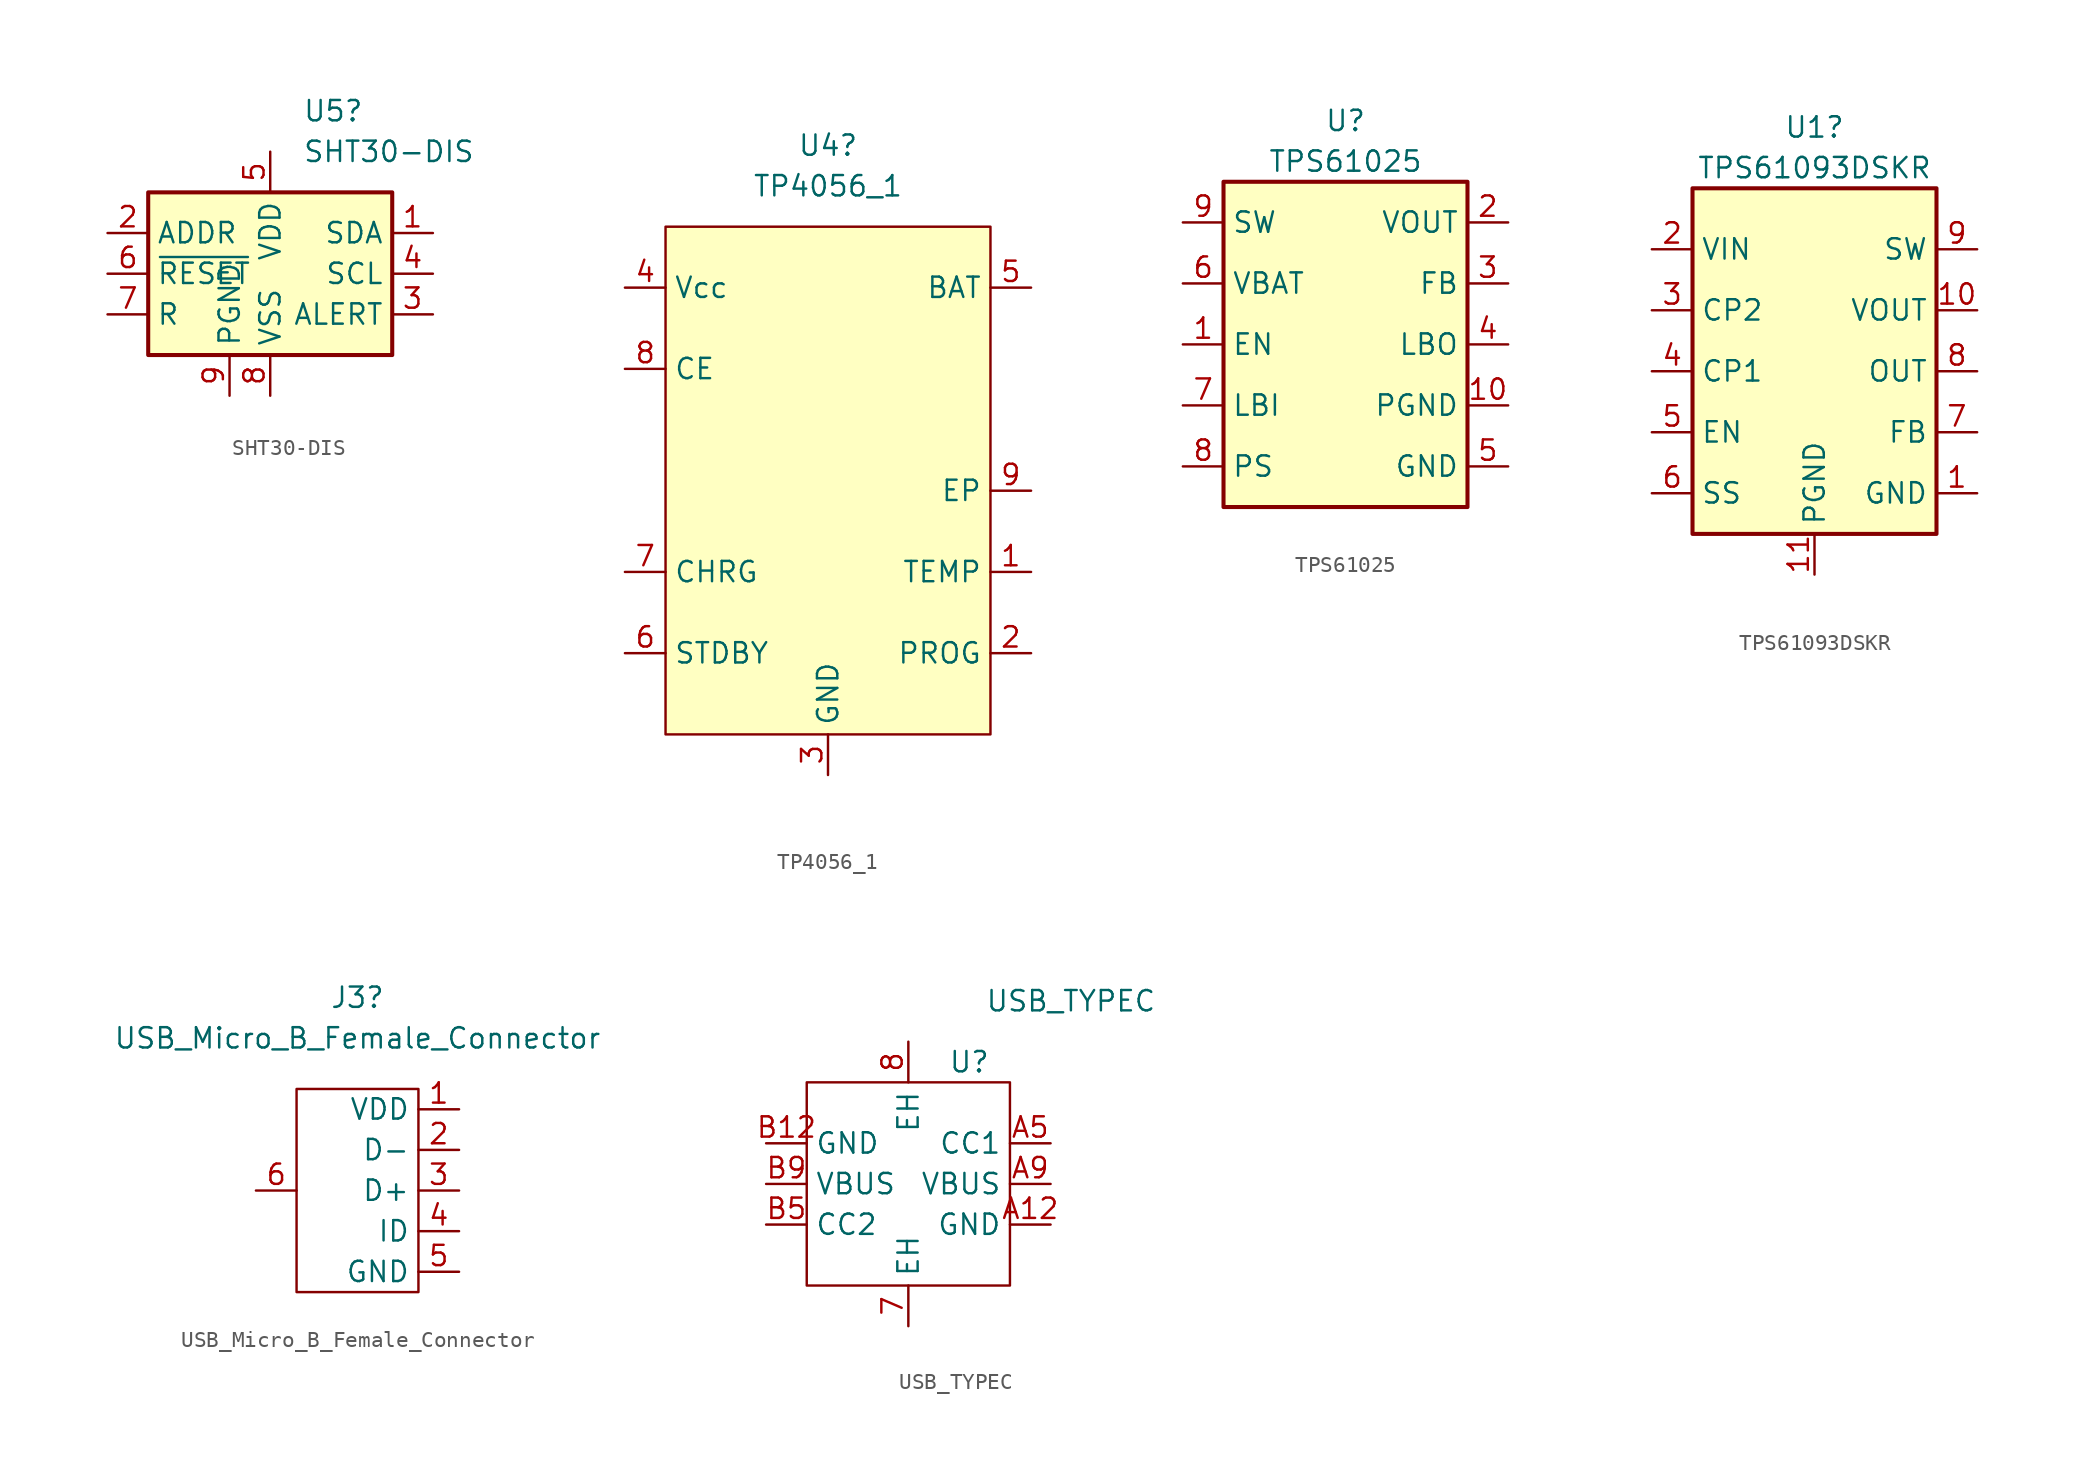
<source format=kicad_sym>
(kicad_symbol_lib
  (version 20220914)
  (generator kicad_symbol_editor)
  (symbol "SHT30-DIS"
    (property "Reference" "U5"
      (at 2.019 10.16 0)
      (effects (font (size 1.27 1.27)) (justify left)))
    (property "Value" "SHT30-DIS"
      (at 2.019 7.62 0)
      (effects (font (size 1.27 1.27)) (justify left)))
    (symbol "SHT30-DIS_0_1"
      (rectangle (start -7.62 5.08) (end 7.62 -5.08) (stroke (width 0.254) (type default)) (fill (type background))))
    (symbol "SHT30-DIS_1_1"
      (pin bidirectional line (at 10.16 2.54 180) (length 2.54) (name "SDA" (effects (font (size 1.27 1.27)))) (number "1" (effects (font (size 1.27 1.27)))))
      (pin input line (at -10.16 2.54 0) (length 2.54) (name "ADDR" (effects (font (size 1.27 1.27)))) (number "2" (effects (font (size 1.27 1.27)))))
      (pin output line (at 10.16 -2.54 180) (length 2.54) (name "ALERT" (effects (font (size 1.27 1.27)))) (number "3" (effects (font (size 1.27 1.27)))))
      (pin input line (at 10.16 0 180) (length 2.54) (name "SCL" (effects (font (size 1.27 1.27)))) (number "4" (effects (font (size 1.27 1.27)))))
      (pin power_in line (at 0 7.62 270) (length 2.54) (name "VDD" (effects (font (size 1.27 1.27)))) (number "5" (effects (font (size 1.27 1.27)))))
      (pin input line (at -10.16 0 0) (length 2.54) (name "~{RESET}" (effects (font (size 1.27 1.27)))) (number "6" (effects (font (size 1.27 1.27)))))
      (pin passive line (at -10.16 -2.54 0) (length 2.54) (name "R" (effects (font (size 1.27 1.27)))) (number "7" (effects (font (size 1.27 1.27)))))
      (pin power_in line (at 0 -7.62 90) (length 2.54) (name "VSS" (effects (font (size 1.27 1.27)))) (number "8" (effects (font (size 1.27 1.27)))))
      (pin passive line (at -2.54 -7.62 90) (length 2.54) (name "PGND" (effects (font (size 1.27 1.27)))) (number "9" (effects (font (size 1.27 1.27)))))))
  (symbol "TP4056_1"
    (property "Reference" "U4"
      (at 0 11.43 0)
      (effects (font (size 1.27 1.27))))
    (property "Value" "TP4056_1"
      (at 0 8.89 0)
      (effects (font (size 1.27 1.27))))
    (symbol "TP4056_1_0_1"
      (rectangle (start -10.16 6.35) (end 10.16 -25.4) (stroke (width 0) (type default)) (fill (type background))))
    (symbol "TP4056_1_1_1"
      (pin input line (at 12.7 -15.24 180) (length 2.54) (name "TEMP" (effects (font (size 1.27 1.27)))) (number "1" (effects (font (size 1.27 1.27)))))
      (pin input line (at 12.7 -20.32 180) (length 2.54) (name "PROG" (effects (font (size 1.27 1.27)))) (number "2" (effects (font (size 1.27 1.27)))))
      (pin input line (at 0 -27.94 90) (length 2.54) (name "GND" (effects (font (size 1.27 1.27)))) (number "3" (effects (font (size 1.27 1.27)))))
      (pin input line (at -12.7 2.54 0) (length 2.54) (name "Vcc" (effects (font (size 1.27 1.27)))) (number "4" (effects (font (size 1.27 1.27)))))
      (pin input line (at 12.7 2.54 180) (length 2.54) (name "BAT" (effects (font (size 1.27 1.27)))) (number "5" (effects (font (size 1.27 1.27)))))
      (pin input line (at -12.7 -20.32 0) (length 2.54) (name "STDBY" (effects (font (size 1.27 1.27)))) (number "6" (effects (font (size 1.27 1.27)))))
      (pin input line (at -12.7 -15.24 0) (length 2.54) (name "CHRG" (effects (font (size 1.27 1.27)))) (number "7" (effects (font (size 1.27 1.27)))))
      (pin input line (at -12.7 -2.54 0) (length 2.54) (name "CE" (effects (font (size 1.27 1.27)))) (number "8" (effects (font (size 1.27 1.27)))))
      (pin input line (at 12.7 -10.16 180) (length 2.54) (name "EP" (effects (font (size 1.27 1.27)))) (number "9" (effects (font (size 1.27 1.27)))))))
  (symbol "TPS61025"
    (property "Reference" "U"
      (at 0 13.97 0)
      (effects (font (size 1.27 1.27))))
    (property "Value" "TPS61025"
      (at 0 11.43 0)
      (effects (font (size 1.27 1.27))))
    (symbol "TPS61025_0_1"
      (rectangle (start -7.62 10.16) (end 7.62 -10.16) (stroke (width 0.254) (type default)) (fill (type background))))
    (symbol "TPS61025_1_1"
      (pin input line (at -10.16 0 0) (length 2.54) (name "EN" (effects (font (size 1.27 1.27)))) (number "1" (effects (font (size 1.27 1.27)))))
      (pin passive line (at 10.16 -3.81 180) (length 2.54) (name "PGND" (effects (font (size 1.27 1.27)))) (number "10" (effects (font (size 1.27 1.27)))))
      (pin power_out line (at 10.16 7.62 180) (length 2.54) (name "VOUT" (effects (font (size 1.27 1.27)))) (number "2" (effects (font (size 1.27 1.27)))))
      (pin input line (at 10.16 3.81 180) (length 2.54) (name "FB" (effects (font (size 1.27 1.27)))) (number "3" (effects (font (size 1.27 1.27)))))
      (pin output line (at 10.16 0 180) (length 2.54) (name "LBO" (effects (font (size 1.27 1.27)))) (number "4" (effects (font (size 1.27 1.27)))))
      (pin power_in line (at 10.16 -7.62 180) (length 2.54) (name "GND" (effects (font (size 1.27 1.27)))) (number "5" (effects (font (size 1.27 1.27)))))
      (pin power_in line (at -10.16 3.81 0) (length 2.54) (name "VBAT" (effects (font (size 1.27 1.27)))) (number "6" (effects (font (size 1.27 1.27)))))
      (pin input line (at -10.16 -3.81 0) (length 2.54) (name "LBI" (effects (font (size 1.27 1.27)))) (number "7" (effects (font (size 1.27 1.27)))))
      (pin passive line (at -10.16 -7.62 0) (length 2.54) (name "PS" (effects (font (size 1.27 1.27)))) (number "8" (effects (font (size 1.27 1.27)))))
      (pin power_in line (at -10.16 7.62 0) (length 2.54) (name "SW" (effects (font (size 1.27 1.27)))) (number "9" (effects (font (size 1.27 1.27)))))))
  (symbol "TPS61093DSKR"
    (property "Reference" "U1"
      (at 0 20.32 0)
      (effects (font (size 1.27 1.27))))
    (property "Value" "TPS61093DSKR"
      (at 0 17.78 0)
      (effects (font (size 1.27 1.27))))
    (symbol "TPS61093DSKR_0_1"
      (rectangle (start -7.62 16.51) (end 7.62 -5.08) (stroke (width 0.254) (type default)) (fill (type background))))
    (symbol "TPS61093DSKR_1_1"
      (pin power_in line (at 10.16 -2.54 180) (length 2.54) (name "GND" (effects (font (size 1.27 1.27)))) (number "1" (effects (font (size 1.27 1.27)))))
      (pin power_out line (at 10.16 8.89 180) (length 2.54) (name "VOUT" (effects (font (size 1.27 1.27)))) (number "10" (effects (font (size 1.27 1.27)))))
      (pin passive line (at 0 -7.62 90) (length 2.54) (name "PGND" (effects (font (size 1.27 1.27)))) (number "11" (effects (font (size 1.27 1.27)))))
      (pin power_in line (at -10.16 12.7 0) (length 2.54) (name "VIN" (effects (font (size 1.27 1.27)))) (number "2" (effects (font (size 1.27 1.27)))))
      (pin input line (at -10.16 8.89 0) (length 2.54) (name "CP2" (effects (font (size 1.27 1.27)))) (number "3" (effects (font (size 1.27 1.27)))))
      (pin input line (at -10.16 5.08 0) (length 2.54) (name "CP1" (effects (font (size 1.27 1.27)))) (number "4" (effects (font (size 1.27 1.27)))))
      (pin input line (at -10.16 1.27 0) (length 2.54) (name "EN" (effects (font (size 1.27 1.27)))) (number "5" (effects (font (size 1.27 1.27)))))
      (pin passive line (at -10.16 -2.54 0) (length 2.54) (name "SS" (effects (font (size 1.27 1.27)))) (number "6" (effects (font (size 1.27 1.27)))))
      (pin input line (at 10.16 1.27 180) (length 2.54) (name "FB" (effects (font (size 1.27 1.27)))) (number "7" (effects (font (size 1.27 1.27)))))
      (pin output line (at 10.16 5.08 180) (length 2.54) (name "OUT" (effects (font (size 1.27 1.27)))) (number "8" (effects (font (size 1.27 1.27)))))
      (pin power_in line (at 10.16 12.7 180) (length 2.54) (name "SW" (effects (font (size 1.27 1.27)))) (number "9" (effects (font (size 1.27 1.27)))))))
  (symbol "USB_Micro_B_Female_Connector"
    (property "Reference" "J3"
      (at 1.27 12.065 0)
      (effects (font (size 1.27 1.27))))
    (property "Value" "USB_Micro_B_Female_Connector"
      (at 1.27 9.525 0)
      (effects (font (size 1.27 1.27))))
    (symbol "USB_Micro_B_Female_Connector_0_1"
      (rectangle (start 5.08 6.35) (end -2.54 -6.35) (stroke (width 0.152) (type default)) (fill (type none))))
    (symbol "USB_Micro_B_Female_Connector_1_1"
      (pin power_out line (at 7.62 5.08 180) (length 2.54) (name "VDD" (effects (font (size 1.27 1.27)))) (number "1" (effects (font (size 1.27 1.27)))))
      (pin input line (at 7.62 2.54 180) (length 2.54) (name "D-" (effects (font (size 1.27 1.27)))) (number "2" (effects (font (size 1.27 1.27)))))
      (pin input line (at 7.62 0 180) (length 2.54) (name "D+" (effects (font (size 1.27 1.27)))) (number "3" (effects (font (size 1.27 1.27)))))
      (pin passive line (at 7.62 -2.54 180) (length 2.54) (name "ID" (effects (font (size 1.27 1.27)))) (number "4" (effects (font (size 1.27 1.27)))))
      (pin power_in line (at 7.62 -5.08 180) (length 2.54) (name "GND" (effects (font (size 1.27 1.27)))) (number "5" (effects (font (size 1.27 1.27)))))
      (pin passive line (at -5.08 0 0) (length 2.54) (name "" (effects (font (size 1.27 1.27)))) (number "6" (effects (font (size 1.27 1.27)))))))
  (symbol "USB_TYPEC"
    (property "Reference" "U"
      (at 3.81 7.62 0)
      (effects (font (size 1.27 1.27))))
    (property "Value" "USB_TYPEC"
      (at 10.16 11.43 0)
      (effects (font (size 1.27 1.27))))
    (symbol "USB_TYPEC_0_1"
      (rectangle (start -6.35 6.35) (end 6.35 -6.35) (stroke (width 0.152) (type default)) (fill (type none))))
    (symbol "USB_TYPEC_1_1"
      (pin passive line (at 0 -8.89 90) (length 2.54) (name "EH" (effects (font (size 1.27 1.27)))) (number "7" (effects (font (size 1.27 1.27)))))
      (pin passive line (at 0 8.89 270) (length 2.54) (name "EH" (effects (font (size 1.27 1.27)))) (number "8" (effects (font (size 1.27 1.27)))))
      (pin power_out line (at 8.89 -2.54 180) (length 2.54) (name "GND" (effects (font (size 1.27 1.27)))) (number "A12" (effects (font (size 1.27 1.27)))))
      (pin input line (at 8.89 2.54 180) (length 2.54) (name "CC1" (effects (font (size 1.27 1.27)))) (number "A5" (effects (font (size 1.27 1.27)))))
      (pin input line (at 8.89 0 180) (length 2.54) (name "VBUS" (effects (font (size 1.27 1.27)))) (number "A9" (effects (font (size 1.27 1.27)))))
      (pin power_out line (at -8.89 2.54 0) (length 2.54) (name "GND" (effects (font (size 1.27 1.27)))) (number "B12" (effects (font (size 1.27 1.27)))))
      (pin passive line (at -8.89 -2.54 0) (length 2.54) (name "CC2" (effects (font (size 1.27 1.27)))) (number "B5" (effects (font (size 1.27 1.27)))))
      (pin power_out line (at -8.89 0 0) (length 2.54) (name "VBUS" (effects (font (size 1.27 1.27)))) (number "B9" (effects (font (size 1.27 1.27))))))))
</source>
